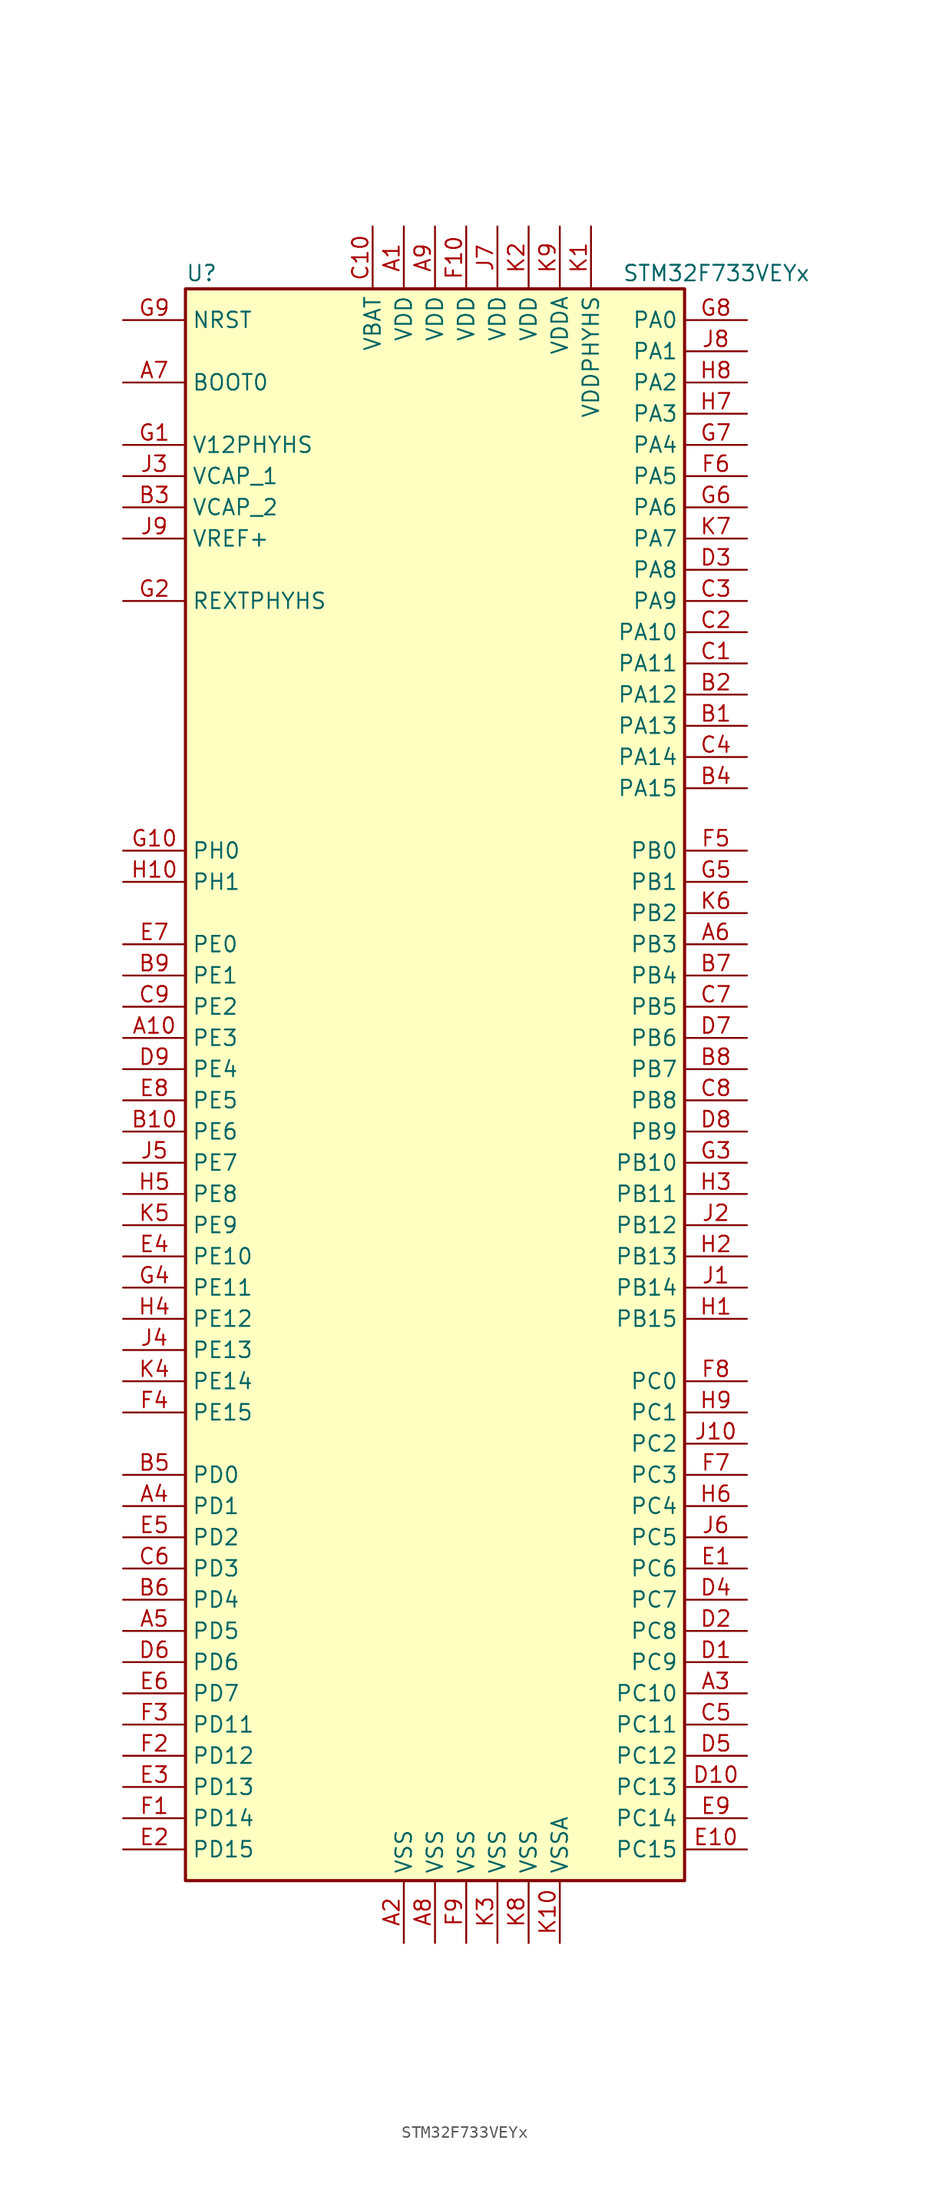
<source format=kicad_sym>
(kicad_symbol_lib
  (version 20201005)
  (generator kicad_symbol_editor)
  (symbol "STM32F733VEYx"
    (property "Reference" "U"
      (at -20.32 64.77 0)
      (effects (font (size 1.27 1.27)) (justify left)))
    (property "Value" "STM32F733VEYx"
      (at 15.24 64.77 0)
      (effects (font (size 1.27 1.27)) (justify left)))
    (symbol "STM32F733VEYx_0_1"
      (rectangle (start -20.32 -66.04) (end 20.32 63.5) (stroke (width 0.254)) (fill (type background))))
    (symbol "STM32F733VEYx_1_1"
      (pin input line (at -25.4 55.88 0) (length 5.08) (name "BOOT0" (effects (font (size 1.27 1.27)))) (number "A7" (effects (font (size 1.27 1.27)))))
      (pin input line (at -25.4 60.96 0) (length 5.08) (name "NRST" (effects (font (size 1.27 1.27)))) (number "G9" (effects (font (size 1.27 1.27)))))
      (pin bidirectional line (at 25.4 60.96 180) (length 5.08) (name "PA0" (effects (font (size 1.27 1.27)))) (number "G8" (effects (font (size 1.27 1.27)))))
      (pin bidirectional line (at 25.4 58.42 180) (length 5.08) (name "PA1" (effects (font (size 1.27 1.27)))) (number "J8" (effects (font (size 1.27 1.27)))))
      (pin bidirectional line (at 25.4 35.56 180) (length 5.08) (name "PA10" (effects (font (size 1.27 1.27)))) (number "C2" (effects (font (size 1.27 1.27)))))
      (pin bidirectional line (at 25.4 33.02 180) (length 5.08) (name "PA11" (effects (font (size 1.27 1.27)))) (number "C1" (effects (font (size 1.27 1.27)))))
      (pin bidirectional line (at 25.4 30.48 180) (length 5.08) (name "PA12" (effects (font (size 1.27 1.27)))) (number "B2" (effects (font (size 1.27 1.27)))))
      (pin bidirectional line (at 25.4 27.94 180) (length 5.08) (name "PA13" (effects (font (size 1.27 1.27)))) (number "B1" (effects (font (size 1.27 1.27)))))
      (pin bidirectional line (at 25.4 25.4 180) (length 5.08) (name "PA14" (effects (font (size 1.27 1.27)))) (number "C4" (effects (font (size 1.27 1.27)))))
      (pin bidirectional line (at 25.4 22.86 180) (length 5.08) (name "PA15" (effects (font (size 1.27 1.27)))) (number "B4" (effects (font (size 1.27 1.27)))))
      (pin bidirectional line (at 25.4 55.88 180) (length 5.08) (name "PA2" (effects (font (size 1.27 1.27)))) (number "H8" (effects (font (size 1.27 1.27)))))
      (pin bidirectional line (at 25.4 53.34 180) (length 5.08) (name "PA3" (effects (font (size 1.27 1.27)))) (number "H7" (effects (font (size 1.27 1.27)))))
      (pin bidirectional line (at 25.4 50.8 180) (length 5.08) (name "PA4" (effects (font (size 1.27 1.27)))) (number "G7" (effects (font (size 1.27 1.27)))))
      (pin bidirectional line (at 25.4 48.26 180) (length 5.08) (name "PA5" (effects (font (size 1.27 1.27)))) (number "F6" (effects (font (size 1.27 1.27)))))
      (pin bidirectional line (at 25.4 45.72 180) (length 5.08) (name "PA6" (effects (font (size 1.27 1.27)))) (number "G6" (effects (font (size 1.27 1.27)))))
      (pin bidirectional line (at 25.4 43.18 180) (length 5.08) (name "PA7" (effects (font (size 1.27 1.27)))) (number "K7" (effects (font (size 1.27 1.27)))))
      (pin bidirectional line (at 25.4 40.64 180) (length 5.08) (name "PA8" (effects (font (size 1.27 1.27)))) (number "D3" (effects (font (size 1.27 1.27)))))
      (pin bidirectional line (at 25.4 38.1 180) (length 5.08) (name "PA9" (effects (font (size 1.27 1.27)))) (number "C3" (effects (font (size 1.27 1.27)))))
      (pin bidirectional line (at 25.4 17.78 180) (length 5.08) (name "PB0" (effects (font (size 1.27 1.27)))) (number "F5" (effects (font (size 1.27 1.27)))))
      (pin bidirectional line (at 25.4 15.24 180) (length 5.08) (name "PB1" (effects (font (size 1.27 1.27)))) (number "G5" (effects (font (size 1.27 1.27)))))
      (pin bidirectional line (at 25.4 -7.62 180) (length 5.08) (name "PB10" (effects (font (size 1.27 1.27)))) (number "G3" (effects (font (size 1.27 1.27)))))
      (pin bidirectional line (at 25.4 -10.16 180) (length 5.08) (name "PB11" (effects (font (size 1.27 1.27)))) (number "H3" (effects (font (size 1.27 1.27)))))
      (pin bidirectional line (at 25.4 -12.7 180) (length 5.08) (name "PB12" (effects (font (size 1.27 1.27)))) (number "J2" (effects (font (size 1.27 1.27)))))
      (pin bidirectional line (at 25.4 -15.24 180) (length 5.08) (name "PB13" (effects (font (size 1.27 1.27)))) (number "H2" (effects (font (size 1.27 1.27)))))
      (pin bidirectional line (at 25.4 -17.78 180) (length 5.08) (name "PB14" (effects (font (size 1.27 1.27)))) (number "J1" (effects (font (size 1.27 1.27)))))
      (pin bidirectional line (at 25.4 -20.32 180) (length 5.08) (name "PB15" (effects (font (size 1.27 1.27)))) (number "H1" (effects (font (size 1.27 1.27)))))
      (pin bidirectional line (at 25.4 12.7 180) (length 5.08) (name "PB2" (effects (font (size 1.27 1.27)))) (number "K6" (effects (font (size 1.27 1.27)))))
      (pin bidirectional line (at 25.4 10.16 180) (length 5.08) (name "PB3" (effects (font (size 1.27 1.27)))) (number "A6" (effects (font (size 1.27 1.27)))))
      (pin bidirectional line (at 25.4 7.62 180) (length 5.08) (name "PB4" (effects (font (size 1.27 1.27)))) (number "B7" (effects (font (size 1.27 1.27)))))
      (pin bidirectional line (at 25.4 5.08 180) (length 5.08) (name "PB5" (effects (font (size 1.27 1.27)))) (number "C7" (effects (font (size 1.27 1.27)))))
      (pin bidirectional line (at 25.4 2.54 180) (length 5.08) (name "PB6" (effects (font (size 1.27 1.27)))) (number "D7" (effects (font (size 1.27 1.27)))))
      (pin bidirectional line (at 25.4 0 180) (length 5.08) (name "PB7" (effects (font (size 1.27 1.27)))) (number "B8" (effects (font (size 1.27 1.27)))))
      (pin bidirectional line (at 25.4 -2.54 180) (length 5.08) (name "PB8" (effects (font (size 1.27 1.27)))) (number "C8" (effects (font (size 1.27 1.27)))))
      (pin bidirectional line (at 25.4 -5.08 180) (length 5.08) (name "PB9" (effects (font (size 1.27 1.27)))) (number "D8" (effects (font (size 1.27 1.27)))))
      (pin bidirectional line (at 25.4 -25.4 180) (length 5.08) (name "PC0" (effects (font (size 1.27 1.27)))) (number "F8" (effects (font (size 1.27 1.27)))))
      (pin bidirectional line (at 25.4 -27.94 180) (length 5.08) (name "PC1" (effects (font (size 1.27 1.27)))) (number "H9" (effects (font (size 1.27 1.27)))))
      (pin bidirectional line (at 25.4 -50.8 180) (length 5.08) (name "PC10" (effects (font (size 1.27 1.27)))) (number "A3" (effects (font (size 1.27 1.27)))))
      (pin bidirectional line (at 25.4 -53.34 180) (length 5.08) (name "PC11" (effects (font (size 1.27 1.27)))) (number "C5" (effects (font (size 1.27 1.27)))))
      (pin bidirectional line (at 25.4 -55.88 180) (length 5.08) (name "PC12" (effects (font (size 1.27 1.27)))) (number "D5" (effects (font (size 1.27 1.27)))))
      (pin bidirectional line (at 25.4 -58.42 180) (length 5.08) (name "PC13" (effects (font (size 1.27 1.27)))) (number "D10" (effects (font (size 1.27 1.27)))))
      (pin bidirectional line (at 25.4 -60.96 180) (length 5.08) (name "PC14" (effects (font (size 1.27 1.27)))) (number "E9" (effects (font (size 1.27 1.27)))))
      (pin bidirectional line (at 25.4 -63.5 180) (length 5.08) (name "PC15" (effects (font (size 1.27 1.27)))) (number "E10" (effects (font (size 1.27 1.27)))))
      (pin bidirectional line (at 25.4 -30.48 180) (length 5.08) (name "PC2" (effects (font (size 1.27 1.27)))) (number "J10" (effects (font (size 1.27 1.27)))))
      (pin bidirectional line (at 25.4 -33.02 180) (length 5.08) (name "PC3" (effects (font (size 1.27 1.27)))) (number "F7" (effects (font (size 1.27 1.27)))))
      (pin bidirectional line (at 25.4 -35.56 180) (length 5.08) (name "PC4" (effects (font (size 1.27 1.27)))) (number "H6" (effects (font (size 1.27 1.27)))))
      (pin bidirectional line (at 25.4 -38.1 180) (length 5.08) (name "PC5" (effects (font (size 1.27 1.27)))) (number "J6" (effects (font (size 1.27 1.27)))))
      (pin bidirectional line (at 25.4 -40.64 180) (length 5.08) (name "PC6" (effects (font (size 1.27 1.27)))) (number "E1" (effects (font (size 1.27 1.27)))))
      (pin bidirectional line (at 25.4 -43.18 180) (length 5.08) (name "PC7" (effects (font (size 1.27 1.27)))) (number "D4" (effects (font (size 1.27 1.27)))))
      (pin bidirectional line (at 25.4 -45.72 180) (length 5.08) (name "PC8" (effects (font (size 1.27 1.27)))) (number "D2" (effects (font (size 1.27 1.27)))))
      (pin bidirectional line (at 25.4 -48.26 180) (length 5.08) (name "PC9" (effects (font (size 1.27 1.27)))) (number "D1" (effects (font (size 1.27 1.27)))))
      (pin bidirectional line (at -25.4 -33.02 0) (length 5.08) (name "PD0" (effects (font (size 1.27 1.27)))) (number "B5" (effects (font (size 1.27 1.27)))))
      (pin bidirectional line (at -25.4 -35.56 0) (length 5.08) (name "PD1" (effects (font (size 1.27 1.27)))) (number "A4" (effects (font (size 1.27 1.27)))))
      (pin bidirectional line (at -25.4 -53.34 0) (length 5.08) (name "PD11" (effects (font (size 1.27 1.27)))) (number "F3" (effects (font (size 1.27 1.27)))))
      (pin bidirectional line (at -25.4 -55.88 0) (length 5.08) (name "PD12" (effects (font (size 1.27 1.27)))) (number "F2" (effects (font (size 1.27 1.27)))))
      (pin bidirectional line (at -25.4 -58.42 0) (length 5.08) (name "PD13" (effects (font (size 1.27 1.27)))) (number "E3" (effects (font (size 1.27 1.27)))))
      (pin bidirectional line (at -25.4 -60.96 0) (length 5.08) (name "PD14" (effects (font (size 1.27 1.27)))) (number "F1" (effects (font (size 1.27 1.27)))))
      (pin bidirectional line (at -25.4 -63.5 0) (length 5.08) (name "PD15" (effects (font (size 1.27 1.27)))) (number "E2" (effects (font (size 1.27 1.27)))))
      (pin bidirectional line (at -25.4 -38.1 0) (length 5.08) (name "PD2" (effects (font (size 1.27 1.27)))) (number "E5" (effects (font (size 1.27 1.27)))))
      (pin bidirectional line (at -25.4 -40.64 0) (length 5.08) (name "PD3" (effects (font (size 1.27 1.27)))) (number "C6" (effects (font (size 1.27 1.27)))))
      (pin bidirectional line (at -25.4 -43.18 0) (length 5.08) (name "PD4" (effects (font (size 1.27 1.27)))) (number "B6" (effects (font (size 1.27 1.27)))))
      (pin bidirectional line (at -25.4 -45.72 0) (length 5.08) (name "PD5" (effects (font (size 1.27 1.27)))) (number "A5" (effects (font (size 1.27 1.27)))))
      (pin bidirectional line (at -25.4 -48.26 0) (length 5.08) (name "PD6" (effects (font (size 1.27 1.27)))) (number "D6" (effects (font (size 1.27 1.27)))))
      (pin bidirectional line (at -25.4 -50.8 0) (length 5.08) (name "PD7" (effects (font (size 1.27 1.27)))) (number "E6" (effects (font (size 1.27 1.27)))))
      (pin bidirectional line (at -25.4 10.16 0) (length 5.08) (name "PE0" (effects (font (size 1.27 1.27)))) (number "E7" (effects (font (size 1.27 1.27)))))
      (pin bidirectional line (at -25.4 7.62 0) (length 5.08) (name "PE1" (effects (font (size 1.27 1.27)))) (number "B9" (effects (font (size 1.27 1.27)))))
      (pin bidirectional line (at -25.4 -15.24 0) (length 5.08) (name "PE10" (effects (font (size 1.27 1.27)))) (number "E4" (effects (font (size 1.27 1.27)))))
      (pin bidirectional line (at -25.4 -17.78 0) (length 5.08) (name "PE11" (effects (font (size 1.27 1.27)))) (number "G4" (effects (font (size 1.27 1.27)))))
      (pin bidirectional line (at -25.4 -20.32 0) (length 5.08) (name "PE12" (effects (font (size 1.27 1.27)))) (number "H4" (effects (font (size 1.27 1.27)))))
      (pin bidirectional line (at -25.4 -22.86 0) (length 5.08) (name "PE13" (effects (font (size 1.27 1.27)))) (number "J4" (effects (font (size 1.27 1.27)))))
      (pin bidirectional line (at -25.4 -25.4 0) (length 5.08) (name "PE14" (effects (font (size 1.27 1.27)))) (number "K4" (effects (font (size 1.27 1.27)))))
      (pin bidirectional line (at -25.4 -27.94 0) (length 5.08) (name "PE15" (effects (font (size 1.27 1.27)))) (number "F4" (effects (font (size 1.27 1.27)))))
      (pin bidirectional line (at -25.4 5.08 0) (length 5.08) (name "PE2" (effects (font (size 1.27 1.27)))) (number "C9" (effects (font (size 1.27 1.27)))))
      (pin bidirectional line (at -25.4 2.54 0) (length 5.08) (name "PE3" (effects (font (size 1.27 1.27)))) (number "A10" (effects (font (size 1.27 1.27)))))
      (pin bidirectional line (at -25.4 0 0) (length 5.08) (name "PE4" (effects (font (size 1.27 1.27)))) (number "D9" (effects (font (size 1.27 1.27)))))
      (pin bidirectional line (at -25.4 -2.54 0) (length 5.08) (name "PE5" (effects (font (size 1.27 1.27)))) (number "E8" (effects (font (size 1.27 1.27)))))
      (pin bidirectional line (at -25.4 -5.08 0) (length 5.08) (name "PE6" (effects (font (size 1.27 1.27)))) (number "B10" (effects (font (size 1.27 1.27)))))
      (pin bidirectional line (at -25.4 -7.62 0) (length 5.08) (name "PE7" (effects (font (size 1.27 1.27)))) (number "J5" (effects (font (size 1.27 1.27)))))
      (pin bidirectional line (at -25.4 -10.16 0) (length 5.08) (name "PE8" (effects (font (size 1.27 1.27)))) (number "H5" (effects (font (size 1.27 1.27)))))
      (pin bidirectional line (at -25.4 -12.7 0) (length 5.08) (name "PE9" (effects (font (size 1.27 1.27)))) (number "K5" (effects (font (size 1.27 1.27)))))
      (pin input line (at -25.4 17.78 0) (length 5.08) (name "PH0" (effects (font (size 1.27 1.27)))) (number "G10" (effects (font (size 1.27 1.27)))))
      (pin input line (at -25.4 15.24 0) (length 5.08) (name "PH1" (effects (font (size 1.27 1.27)))) (number "H10" (effects (font (size 1.27 1.27)))))
      (pin bidirectional line (at -25.4 38.1 0) (length 5.08) (name "REXTPHYHS" (effects (font (size 1.27 1.27)))) (number "G2" (effects (font (size 1.27 1.27)))))
      (pin power_in line (at -25.4 50.8 0) (length 5.08) (name "V12PHYHS" (effects (font (size 1.27 1.27)))) (number "G1" (effects (font (size 1.27 1.27)))))
      (pin power_in line (at -5.08 68.58 270) (length 5.08) (name "VBAT" (effects (font (size 1.27 1.27)))) (number "C10" (effects (font (size 1.27 1.27)))))
      (pin power_in line (at -25.4 48.26 0) (length 5.08) (name "VCAP_1" (effects (font (size 1.27 1.27)))) (number "J3" (effects (font (size 1.27 1.27)))))
      (pin power_in line (at -25.4 45.72 0) (length 5.08) (name "VCAP_2" (effects (font (size 1.27 1.27)))) (number "B3" (effects (font (size 1.27 1.27)))))
      (pin power_in line (at -2.54 68.58 270) (length 5.08) (name "VDD" (effects (font (size 1.27 1.27)))) (number "A1" (effects (font (size 1.27 1.27)))))
      (pin power_in line (at 0 68.58 270) (length 5.08) (name "VDD" (effects (font (size 1.27 1.27)))) (number "A9" (effects (font (size 1.27 1.27)))))
      (pin power_in line (at 2.54 68.58 270) (length 5.08) (name "VDD" (effects (font (size 1.27 1.27)))) (number "F10" (effects (font (size 1.27 1.27)))))
      (pin power_in line (at 5.08 68.58 270) (length 5.08) (name "VDD" (effects (font (size 1.27 1.27)))) (number "J7" (effects (font (size 1.27 1.27)))))
      (pin power_in line (at 7.62 68.58 270) (length 5.08) (name "VDD" (effects (font (size 1.27 1.27)))) (number "K2" (effects (font (size 1.27 1.27)))))
      (pin power_in line (at 10.16 68.58 270) (length 5.08) (name "VDDA" (effects (font (size 1.27 1.27)))) (number "K9" (effects (font (size 1.27 1.27)))))
      (pin power_in line (at 12.7 68.58 270) (length 5.08) (name "VDDPHYHS" (effects (font (size 1.27 1.27)))) (number "K1" (effects (font (size 1.27 1.27)))))
      (pin power_in line (at -25.4 43.18 0) (length 5.08) (name "VREF+" (effects (font (size 1.27 1.27)))) (number "J9" (effects (font (size 1.27 1.27)))))
      (pin power_in line (at -2.54 -71.12 90) (length 5.08) (name "VSS" (effects (font (size 1.27 1.27)))) (number "A2" (effects (font (size 1.27 1.27)))))
      (pin power_in line (at 0 -71.12 90) (length 5.08) (name "VSS" (effects (font (size 1.27 1.27)))) (number "A8" (effects (font (size 1.27 1.27)))))
      (pin power_in line (at 2.54 -71.12 90) (length 5.08) (name "VSS" (effects (font (size 1.27 1.27)))) (number "F9" (effects (font (size 1.27 1.27)))))
      (pin power_in line (at 5.08 -71.12 90) (length 5.08) (name "VSS" (effects (font (size 1.27 1.27)))) (number "K3" (effects (font (size 1.27 1.27)))))
      (pin power_in line (at 7.62 -71.12 90) (length 5.08) (name "VSS" (effects (font (size 1.27 1.27)))) (number "K8" (effects (font (size 1.27 1.27)))))
      (pin power_in line (at 10.16 -71.12 90) (length 5.08) (name "VSSA" (effects (font (size 1.27 1.27)))) (number "K10" (effects (font (size 1.27 1.27))))))))
</source>
